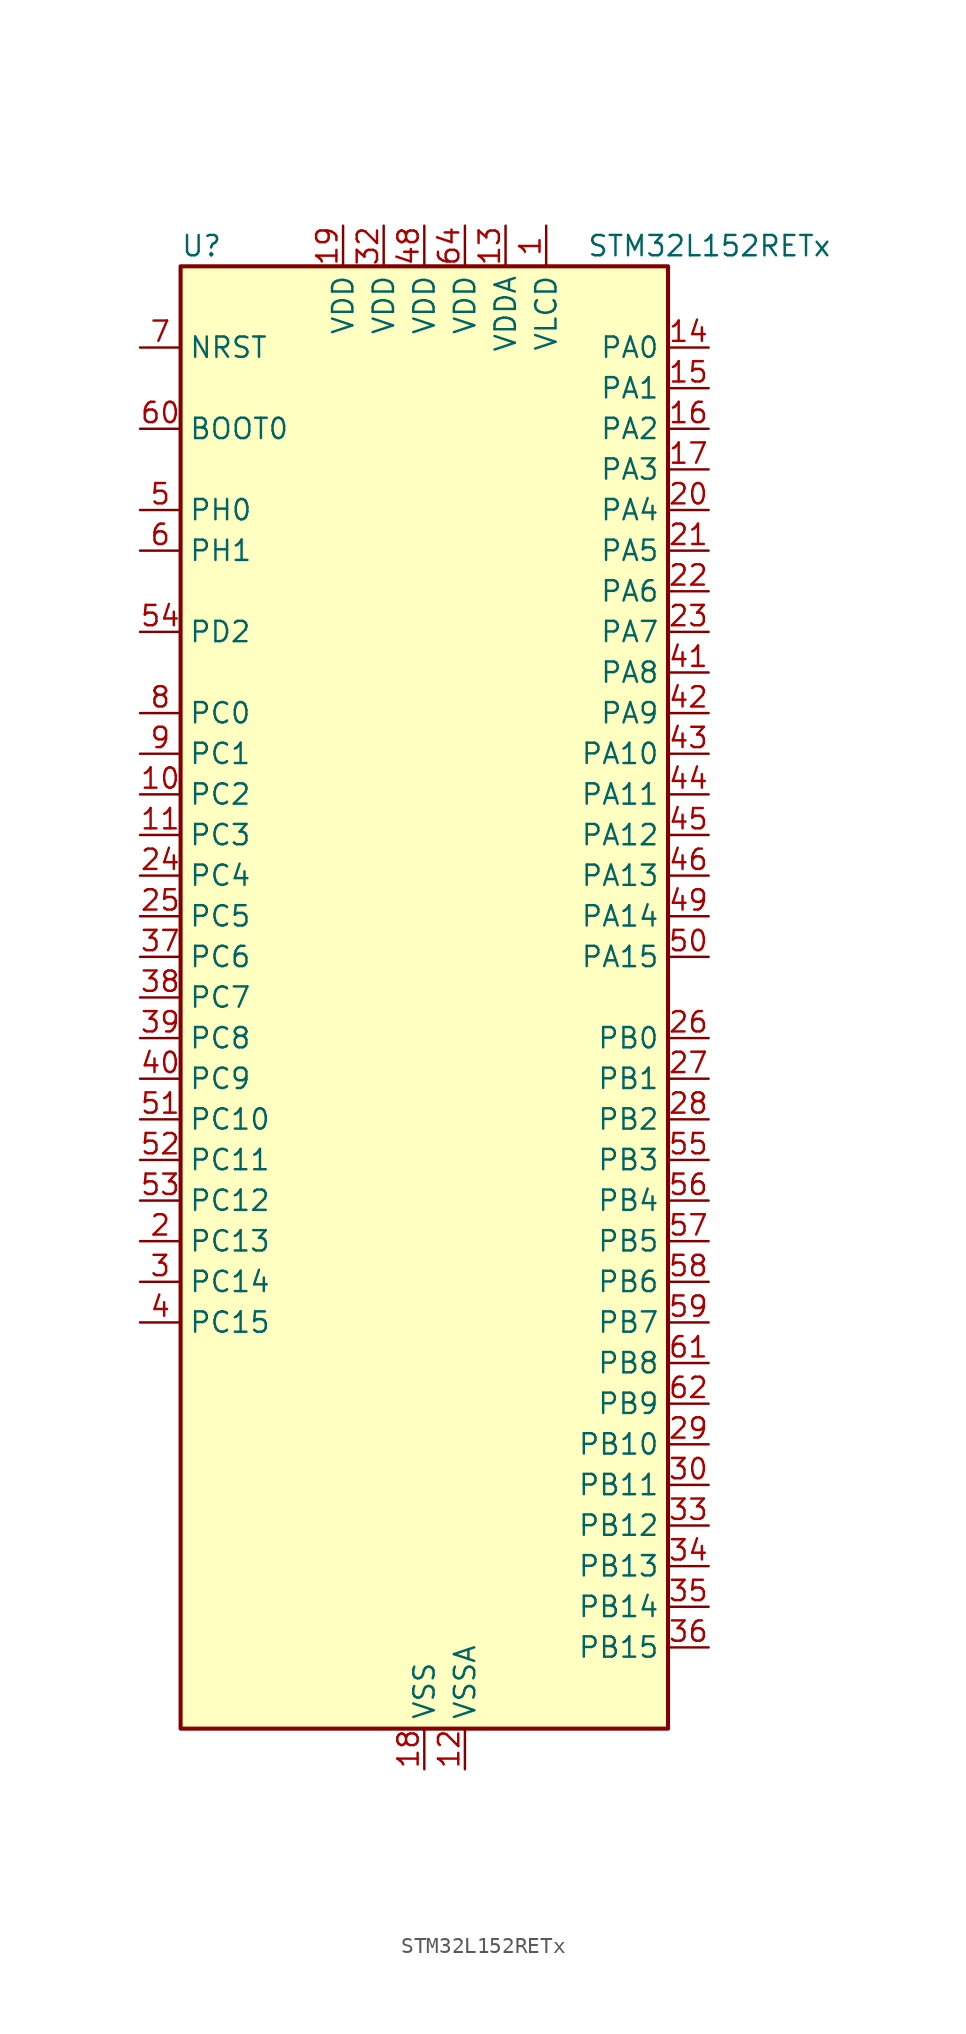
<source format=kicad_sym>
(kicad_symbol_lib
  (version 20241209)
  (generator "kicad_symbol_editor")
  (generator_version "9.0")
  (symbol "STM32L152RETx"
    (property "Reference" "U"
      (at -15.24 46.99 0)
      (effects (font (size 1.27 1.27)) (justify left)))
    (property "Value" "STM32L152RETx"
      (at 10.16 46.99 0)
      (effects (font (size 1.27 1.27)) (justify left)))
    (symbol "STM32L152RETx_0_1"
      (rectangle (start -15.24 -45.72) (end 15.24 45.72) (stroke (width 0.254) (type default)) (fill (type background))))
    (symbol "STM32L152RETx_1_1"
      (pin input line (at -17.78 40.64 0) (length 2.54) (name "NRST" (effects (font (size 1.27 1.27)))) (number "7" (effects (font (size 1.27 1.27)))))
      (pin input line (at -17.78 35.56 0) (length 2.54) (name "BOOT0" (effects (font (size 1.27 1.27)))) (number "60" (effects (font (size 1.27 1.27)))))
      (pin bidirectional line (at -17.78 30.48 0) (length 2.54) (name "PH0" (effects (font (size 1.27 1.27)))) (number "5" (effects (font (size 1.27 1.27)))) (alternate "RCC_OSC_IN" bidirectional line))
      (pin bidirectional line (at -17.78 27.94 0) (length 2.54) (name "PH1" (effects (font (size 1.27 1.27)))) (number "6" (effects (font (size 1.27 1.27)))) (alternate "RCC_OSC_OUT" bidirectional line))
      (pin bidirectional line (at -17.78 22.86 0) (length 2.54) (name "PD2" (effects (font (size 1.27 1.27)))) (number "54" (effects (font (size 1.27 1.27)))) (alternate "LCD_COM7" bidirectional line) (alternate "LCD_SEG31" bidirectional line) (alternate "LCD_SEG43" bidirectional line) (alternate "TIM3_ETR" bidirectional line) (alternate "TIMX_IC3" bidirectional line) (alternate "UART5_RX" bidirectional line))
      (pin bidirectional line (at -17.78 17.78 0) (length 2.54) (name "PC0" (effects (font (size 1.27 1.27)))) (number "8" (effects (font (size 1.27 1.27)))) (alternate "ADC_IN10" bidirectional line) (alternate "COMP1_INP" bidirectional line) (alternate "LCD_SEG18" bidirectional line) (alternate "TIMX_IC1" bidirectional line) (alternate "TS_G8_IO1" bidirectional line))
      (pin bidirectional line (at -17.78 15.24 0) (length 2.54) (name "PC1" (effects (font (size 1.27 1.27)))) (number "9" (effects (font (size 1.27 1.27)))) (alternate "ADC_IN11" bidirectional line) (alternate "COMP1_INP" bidirectional line) (alternate "LCD_SEG19" bidirectional line) (alternate "TIMX_IC2" bidirectional line) (alternate "TS_G8_IO2" bidirectional line))
      (pin bidirectional line (at -17.78 12.7 0) (length 2.54) (name "PC2" (effects (font (size 1.27 1.27)))) (number "10" (effects (font (size 1.27 1.27)))) (alternate "ADC_IN12" bidirectional line) (alternate "COMP1_INP" bidirectional line) (alternate "LCD_SEG20" bidirectional line) (alternate "TIMX_IC3" bidirectional line) (alternate "TS_G8_IO3" bidirectional line))
      (pin bidirectional line (at -17.78 10.16 0) (length 2.54) (name "PC3" (effects (font (size 1.27 1.27)))) (number "11" (effects (font (size 1.27 1.27)))) (alternate "ADC_IN13" bidirectional line) (alternate "COMP1_INP" bidirectional line) (alternate "LCD_SEG21" bidirectional line) (alternate "TIMX_IC4" bidirectional line) (alternate "TS_G8_IO4" bidirectional line))
      (pin bidirectional line (at -17.78 7.62 0) (length 2.54) (name "PC4" (effects (font (size 1.27 1.27)))) (number "24" (effects (font (size 1.27 1.27)))) (alternate "ADC_IN14" bidirectional line) (alternate "COMP1_INP" bidirectional line) (alternate "LCD_SEG22" bidirectional line) (alternate "TIMX_IC1" bidirectional line) (alternate "TS_G9_IO1" bidirectional line))
      (pin bidirectional line (at -17.78 5.08 0) (length 2.54) (name "PC5" (effects (font (size 1.27 1.27)))) (number "25" (effects (font (size 1.27 1.27)))) (alternate "ADC_IN15" bidirectional line) (alternate "COMP1_INP" bidirectional line) (alternate "LCD_SEG23" bidirectional line) (alternate "TIMX_IC2" bidirectional line) (alternate "TS_G9_IO2" bidirectional line))
      (pin bidirectional line (at -17.78 2.54 0) (length 2.54) (name "PC6" (effects (font (size 1.27 1.27)))) (number "37" (effects (font (size 1.27 1.27)))) (alternate "I2S2_MCK" bidirectional line) (alternate "LCD_SEG24" bidirectional line) (alternate "TIM3_CH1" bidirectional line) (alternate "TIMX_IC3" bidirectional line) (alternate "TS_G10_IO1" bidirectional line))
      (pin bidirectional line (at -17.78 0 0) (length 2.54) (name "PC7" (effects (font (size 1.27 1.27)))) (number "38" (effects (font (size 1.27 1.27)))) (alternate "I2S3_MCK" bidirectional line) (alternate "LCD_SEG25" bidirectional line) (alternate "TIM3_CH2" bidirectional line) (alternate "TIMX_IC4" bidirectional line) (alternate "TS_G10_IO2" bidirectional line))
      (pin bidirectional line (at -17.78 -2.54 0) (length 2.54) (name "PC8" (effects (font (size 1.27 1.27)))) (number "39" (effects (font (size 1.27 1.27)))) (alternate "LCD_SEG26" bidirectional line) (alternate "TIM3_CH3" bidirectional line) (alternate "TIMX_IC1" bidirectional line) (alternate "TS_G10_IO3" bidirectional line))
      (pin bidirectional line (at -17.78 -5.08 0) (length 2.54) (name "PC9" (effects (font (size 1.27 1.27)))) (number "40" (effects (font (size 1.27 1.27)))) (alternate "DAC_EXTI9" bidirectional line) (alternate "LCD_SEG27" bidirectional line) (alternate "TIM3_CH4" bidirectional line) (alternate "TIMX_IC2" bidirectional line) (alternate "TS_G10_IO4" bidirectional line))
      (pin bidirectional line (at -17.78 -7.62 0) (length 2.54) (name "PC10" (effects (font (size 1.27 1.27)))) (number "51" (effects (font (size 1.27 1.27)))) (alternate "I2S3_CK" bidirectional line) (alternate "LCD_COM4" bidirectional line) (alternate "LCD_SEG28" bidirectional line) (alternate "LCD_SEG40" bidirectional line) (alternate "SPI3_SCK" bidirectional line) (alternate "TIMX_IC3" bidirectional line) (alternate "UART4_TX" bidirectional line) (alternate "USART3_TX" bidirectional line))
      (pin bidirectional line (at -17.78 -10.16 0) (length 2.54) (name "PC11" (effects (font (size 1.27 1.27)))) (number "52" (effects (font (size 1.27 1.27)))) (alternate "ADC_EXTI11" bidirectional line) (alternate "LCD_COM5" bidirectional line) (alternate "LCD_SEG29" bidirectional line) (alternate "LCD_SEG41" bidirectional line) (alternate "SPI3_MISO" bidirectional line) (alternate "TIMX_IC4" bidirectional line) (alternate "UART4_RX" bidirectional line) (alternate "USART3_RX" bidirectional line))
      (pin bidirectional line (at -17.78 -12.7 0) (length 2.54) (name "PC12" (effects (font (size 1.27 1.27)))) (number "53" (effects (font (size 1.27 1.27)))) (alternate "I2S3_SD" bidirectional line) (alternate "LCD_COM6" bidirectional line) (alternate "LCD_SEG30" bidirectional line) (alternate "LCD_SEG42" bidirectional line) (alternate "SPI3_MOSI" bidirectional line) (alternate "TIMX_IC1" bidirectional line) (alternate "UART5_TX" bidirectional line) (alternate "USART3_CK" bidirectional line))
      (pin bidirectional line (at -17.78 -15.24 0) (length 2.54) (name "PC13" (effects (font (size 1.27 1.27)))) (number "2" (effects (font (size 1.27 1.27)))) (alternate "RTC_OUT_ALARM" bidirectional line) (alternate "RTC_OUT_CALIB" bidirectional line) (alternate "RTC_TAMP1" bidirectional line) (alternate "RTC_TS" bidirectional line) (alternate "SYS_WKUP2" bidirectional line) (alternate "TIMX_IC2" bidirectional line))
      (pin bidirectional line (at -17.78 -17.78 0) (length 2.54) (name "PC14" (effects (font (size 1.27 1.27)))) (number "3" (effects (font (size 1.27 1.27)))) (alternate "RCC_OSC32_IN" bidirectional line) (alternate "TIMX_IC3" bidirectional line))
      (pin bidirectional line (at -17.78 -20.32 0) (length 2.54) (name "PC15" (effects (font (size 1.27 1.27)))) (number "4" (effects (font (size 1.27 1.27)))) (alternate "ADC_EXTI15" bidirectional line) (alternate "RCC_OSC32_OUT" bidirectional line) (alternate "TIMX_IC4" bidirectional line))
      (pin power_in line (at -5.08 48.26 270) (length 2.54) (name "VDD" (effects (font (size 1.27 1.27)))) (number "19" (effects (font (size 1.27 1.27)))))
      (pin power_in line (at -2.54 48.26 270) (length 2.54) (name "VDD" (effects (font (size 1.27 1.27)))) (number "32" (effects (font (size 1.27 1.27)))))
      (pin power_in line (at 0 48.26 270) (length 2.54) (name "VDD" (effects (font (size 1.27 1.27)))) (number "48" (effects (font (size 1.27 1.27)))))
      (pin power_in line (at 0 -48.26 90) (length 2.54) (name "VSS" (effects (font (size 1.27 1.27)))) (number "18" (effects (font (size 1.27 1.27)))))
      (pin passive line (at 0 -48.26 90) (length 2.54) (hide yes) (name "VSS" (effects (font (size 1.27 1.27)))) (number "31" (effects (font (size 1.27 1.27)))))
      (pin passive line (at 0 -48.26 90) (length 2.54) (hide yes) (name "VSS" (effects (font (size 1.27 1.27)))) (number "47" (effects (font (size 1.27 1.27)))))
      (pin passive line (at 0 -48.26 90) (length 2.54) (hide yes) (name "VSS" (effects (font (size 1.27 1.27)))) (number "63" (effects (font (size 1.27 1.27)))))
      (pin power_in line (at 2.54 48.26 270) (length 2.54) (name "VDD" (effects (font (size 1.27 1.27)))) (number "64" (effects (font (size 1.27 1.27)))))
      (pin power_in line (at 2.54 -48.26 90) (length 2.54) (name "VSSA" (effects (font (size 1.27 1.27)))) (number "12" (effects (font (size 1.27 1.27)))))
      (pin power_in line (at 5.08 48.26 270) (length 2.54) (name "VDDA" (effects (font (size 1.27 1.27)))) (number "13" (effects (font (size 1.27 1.27)))))
      (pin power_in line (at 7.62 48.26 270) (length 2.54) (name "VLCD" (effects (font (size 1.27 1.27)))) (number "1" (effects (font (size 1.27 1.27)))))
      (pin bidirectional line (at 17.78 40.64 180) (length 2.54) (name "PA0" (effects (font (size 1.27 1.27)))) (number "14" (effects (font (size 1.27 1.27)))) (alternate "ADC_IN0" bidirectional line) (alternate "COMP1_INP" bidirectional line) (alternate "RTC_TAMP2" bidirectional line) (alternate "SYS_WKUP1" bidirectional line) (alternate "TIM2_CH1" bidirectional line) (alternate "TIM2_ETR" bidirectional line) (alternate "TIM5_CH1" bidirectional line) (alternate "TIMX_IC1" bidirectional line) (alternate "TS_G1_IO1" bidirectional line) (alternate "USART2_CTS" bidirectional line))
      (pin bidirectional line (at 17.78 38.1 180) (length 2.54) (name "PA1" (effects (font (size 1.27 1.27)))) (number "15" (effects (font (size 1.27 1.27)))) (alternate "ADC_IN1" bidirectional line) (alternate "COMP1_INP" bidirectional line) (alternate "LCD_SEG0" bidirectional line) (alternate "OPAMP1_VINP" bidirectional line) (alternate "TIM2_CH2" bidirectional line) (alternate "TIM5_CH2" bidirectional line) (alternate "TIMX_IC2" bidirectional line) (alternate "TS_G1_IO2" bidirectional line) (alternate "USART2_RTS" bidirectional line))
      (pin bidirectional line (at 17.78 35.56 180) (length 2.54) (name "PA2" (effects (font (size 1.27 1.27)))) (number "16" (effects (font (size 1.27 1.27)))) (alternate "ADC_IN2" bidirectional line) (alternate "COMP1_INP" bidirectional line) (alternate "LCD_SEG1" bidirectional line) (alternate "OPAMP1_VINM" bidirectional line) (alternate "TIM2_CH3" bidirectional line) (alternate "TIM5_CH3" bidirectional line) (alternate "TIM9_CH1" bidirectional line) (alternate "TIMX_IC3" bidirectional line) (alternate "TS_G1_IO3" bidirectional line) (alternate "USART2_TX" bidirectional line))
      (pin bidirectional line (at 17.78 33.02 180) (length 2.54) (name "PA3" (effects (font (size 1.27 1.27)))) (number "17" (effects (font (size 1.27 1.27)))) (alternate "ADC_IN3" bidirectional line) (alternate "COMP1_INP" bidirectional line) (alternate "LCD_SEG2" bidirectional line) (alternate "OPAMP1_VOUT" bidirectional line) (alternate "TIM2_CH4" bidirectional line) (alternate "TIM5_CH4" bidirectional line) (alternate "TIM9_CH2" bidirectional line) (alternate "TIMX_IC4" bidirectional line) (alternate "TS_G1_IO4" bidirectional line) (alternate "USART2_RX" bidirectional line))
      (pin bidirectional line (at 17.78 30.48 180) (length 2.54) (name "PA4" (effects (font (size 1.27 1.27)))) (number "20" (effects (font (size 1.27 1.27)))) (alternate "ADC_IN4" bidirectional line) (alternate "COMP1_INP" bidirectional line) (alternate "DAC_OUT1" bidirectional line) (alternate "I2S3_WS" bidirectional line) (alternate "SPI1_NSS" bidirectional line) (alternate "SPI3_NSS" bidirectional line) (alternate "TIMX_IC1" bidirectional line) (alternate "USART2_CK" bidirectional line))
      (pin bidirectional line (at 17.78 27.94 180) (length 2.54) (name "PA5" (effects (font (size 1.27 1.27)))) (number "21" (effects (font (size 1.27 1.27)))) (alternate "ADC_IN5" bidirectional line) (alternate "COMP1_INP" bidirectional line) (alternate "DAC_OUT2" bidirectional line) (alternate "SPI1_SCK" bidirectional line) (alternate "TIM2_CH1" bidirectional line) (alternate "TIM2_ETR" bidirectional line) (alternate "TIMX_IC2" bidirectional line))
      (pin bidirectional line (at 17.78 25.4 180) (length 2.54) (name "PA6" (effects (font (size 1.27 1.27)))) (number "22" (effects (font (size 1.27 1.27)))) (alternate "ADC_IN6" bidirectional line) (alternate "COMP1_INP" bidirectional line) (alternate "LCD_SEG3" bidirectional line) (alternate "OPAMP2_VINP" bidirectional line) (alternate "SPI1_MISO" bidirectional line) (alternate "TIM10_CH1" bidirectional line) (alternate "TIM3_CH1" bidirectional line) (alternate "TIMX_IC3" bidirectional line) (alternate "TS_G2_IO1" bidirectional line))
      (pin bidirectional line (at 17.78 22.86 180) (length 2.54) (name "PA7" (effects (font (size 1.27 1.27)))) (number "23" (effects (font (size 1.27 1.27)))) (alternate "ADC_IN7" bidirectional line) (alternate "COMP1_INP" bidirectional line) (alternate "LCD_SEG4" bidirectional line) (alternate "OPAMP2_VINM" bidirectional line) (alternate "SPI1_MOSI" bidirectional line) (alternate "TIM11_CH1" bidirectional line) (alternate "TIM3_CH2" bidirectional line) (alternate "TIMX_IC4" bidirectional line) (alternate "TS_G2_IO2" bidirectional line))
      (pin bidirectional line (at 17.78 20.32 180) (length 2.54) (name "PA8" (effects (font (size 1.27 1.27)))) (number "41" (effects (font (size 1.27 1.27)))) (alternate "LCD_COM0" bidirectional line) (alternate "RCC_MCO" bidirectional line) (alternate "TIMX_IC1" bidirectional line) (alternate "TS_G4_IO1" bidirectional line) (alternate "USART1_CK" bidirectional line))
      (pin bidirectional line (at 17.78 17.78 180) (length 2.54) (name "PA9" (effects (font (size 1.27 1.27)))) (number "42" (effects (font (size 1.27 1.27)))) (alternate "DAC_EXTI9" bidirectional line) (alternate "LCD_COM1" bidirectional line) (alternate "TIMX_IC2" bidirectional line) (alternate "TS_G4_IO2" bidirectional line) (alternate "USART1_TX" bidirectional line))
      (pin bidirectional line (at 17.78 15.24 180) (length 2.54) (name "PA10" (effects (font (size 1.27 1.27)))) (number "43" (effects (font (size 1.27 1.27)))) (alternate "LCD_COM2" bidirectional line) (alternate "TIMX_IC3" bidirectional line) (alternate "TS_G4_IO3" bidirectional line) (alternate "USART1_RX" bidirectional line))
      (pin bidirectional line (at 17.78 12.7 180) (length 2.54) (name "PA11" (effects (font (size 1.27 1.27)))) (number "44" (effects (font (size 1.27 1.27)))) (alternate "ADC_EXTI11" bidirectional line) (alternate "SPI1_MISO" bidirectional line) (alternate "TIMX_IC4" bidirectional line) (alternate "USART1_CTS" bidirectional line) (alternate "USB_DM" bidirectional line))
      (pin bidirectional line (at 17.78 10.16 180) (length 2.54) (name "PA12" (effects (font (size 1.27 1.27)))) (number "45" (effects (font (size 1.27 1.27)))) (alternate "SPI1_MOSI" bidirectional line) (alternate "TIMX_IC1" bidirectional line) (alternate "USART1_RTS" bidirectional line) (alternate "USB_DP" bidirectional line))
      (pin bidirectional line (at 17.78 7.62 180) (length 2.54) (name "PA13" (effects (font (size 1.27 1.27)))) (number "46" (effects (font (size 1.27 1.27)))) (alternate "SYS_JTMS-SWDIO" bidirectional line) (alternate "TIMX_IC2" bidirectional line) (alternate "TS_G5_IO1" bidirectional line))
      (pin bidirectional line (at 17.78 5.08 180) (length 2.54) (name "PA14" (effects (font (size 1.27 1.27)))) (number "49" (effects (font (size 1.27 1.27)))) (alternate "SYS_JTCK-SWCLK" bidirectional line) (alternate "TIMX_IC3" bidirectional line) (alternate "TS_G5_IO2" bidirectional line))
      (pin bidirectional line (at 17.78 2.54 180) (length 2.54) (name "PA15" (effects (font (size 1.27 1.27)))) (number "50" (effects (font (size 1.27 1.27)))) (alternate "ADC_EXTI15" bidirectional line) (alternate "I2S3_WS" bidirectional line) (alternate "LCD_SEG17" bidirectional line) (alternate "SPI1_NSS" bidirectional line) (alternate "SPI3_NSS" bidirectional line) (alternate "SYS_JTDI" bidirectional line) (alternate "TIM2_CH1" bidirectional line) (alternate "TIM2_ETR" bidirectional line) (alternate "TIMX_IC4" bidirectional line) (alternate "TS_G5_IO3" bidirectional line))
      (pin bidirectional line (at 17.78 -2.54 180) (length 2.54) (name "PB0" (effects (font (size 1.27 1.27)))) (number "26" (effects (font (size 1.27 1.27)))) (alternate "ADC_IN8" bidirectional line) (alternate "COMP1_INP" bidirectional line) (alternate "LCD_SEG5" bidirectional line) (alternate "OPAMP2_VOUT" bidirectional line) (alternate "SYS_V_REF_OUT" bidirectional line) (alternate "TIM3_CH3" bidirectional line) (alternate "TS_G3_IO1" bidirectional line))
      (pin bidirectional line (at 17.78 -5.08 180) (length 2.54) (name "PB1" (effects (font (size 1.27 1.27)))) (number "27" (effects (font (size 1.27 1.27)))) (alternate "ADC_IN9" bidirectional line) (alternate "COMP1_INP" bidirectional line) (alternate "LCD_SEG6" bidirectional line) (alternate "SYS_V_REF_OUT" bidirectional line) (alternate "TIM3_CH4" bidirectional line) (alternate "TS_G3_IO2" bidirectional line))
      (pin bidirectional line (at 17.78 -7.62 180) (length 2.54) (name "PB2" (effects (font (size 1.27 1.27)))) (number "28" (effects (font (size 1.27 1.27)))) (alternate "ADC_IN0b" bidirectional line) (alternate "TS_G3_IO3" bidirectional line))
      (pin bidirectional line (at 17.78 -10.16 180) (length 2.54) (name "PB3" (effects (font (size 1.27 1.27)))) (number "55" (effects (font (size 1.27 1.27)))) (alternate "COMP2_INM" bidirectional line) (alternate "I2S3_CK" bidirectional line) (alternate "LCD_SEG7" bidirectional line) (alternate "SPI1_SCK" bidirectional line) (alternate "SPI3_SCK" bidirectional line) (alternate "SYS_JTDO-TRACESWO" bidirectional line) (alternate "TIM2_CH2" bidirectional line))
      (pin bidirectional line (at 17.78 -12.7 180) (length 2.54) (name "PB4" (effects (font (size 1.27 1.27)))) (number "56" (effects (font (size 1.27 1.27)))) (alternate "COMP2_INP" bidirectional line) (alternate "LCD_SEG8" bidirectional line) (alternate "SPI1_MISO" bidirectional line) (alternate "SPI3_MISO" bidirectional line) (alternate "SYS_JTRST" bidirectional line) (alternate "TIM3_CH1" bidirectional line) (alternate "TS_G6_IO1" bidirectional line))
      (pin bidirectional line (at 17.78 -15.24 180) (length 2.54) (name "PB5" (effects (font (size 1.27 1.27)))) (number "57" (effects (font (size 1.27 1.27)))) (alternate "COMP2_INP" bidirectional line) (alternate "I2C1_SMBA" bidirectional line) (alternate "I2S3_SD" bidirectional line) (alternate "LCD_SEG9" bidirectional line) (alternate "SPI1_MOSI" bidirectional line) (alternate "SPI3_MOSI" bidirectional line) (alternate "TIM3_CH2" bidirectional line) (alternate "TS_G6_IO2" bidirectional line))
      (pin bidirectional line (at 17.78 -17.78 180) (length 2.54) (name "PB6" (effects (font (size 1.27 1.27)))) (number "58" (effects (font (size 1.27 1.27)))) (alternate "COMP2_INP" bidirectional line) (alternate "I2C1_SCL" bidirectional line) (alternate "TIM4_CH1" bidirectional line) (alternate "TS_G6_IO3" bidirectional line) (alternate "USART1_TX" bidirectional line))
      (pin bidirectional line (at 17.78 -20.32 180) (length 2.54) (name "PB7" (effects (font (size 1.27 1.27)))) (number "59" (effects (font (size 1.27 1.27)))) (alternate "COMP2_INP" bidirectional line) (alternate "I2C1_SDA" bidirectional line) (alternate "SYS_PVD_IN" bidirectional line) (alternate "TIM4_CH2" bidirectional line) (alternate "TS_G6_IO4" bidirectional line) (alternate "USART1_RX" bidirectional line))
      (pin bidirectional line (at 17.78 -22.86 180) (length 2.54) (name "PB8" (effects (font (size 1.27 1.27)))) (number "61" (effects (font (size 1.27 1.27)))) (alternate "I2C1_SCL" bidirectional line) (alternate "LCD_SEG16" bidirectional line) (alternate "TIM10_CH1" bidirectional line) (alternate "TIM4_CH3" bidirectional line))
      (pin bidirectional line (at 17.78 -25.4 180) (length 2.54) (name "PB9" (effects (font (size 1.27 1.27)))) (number "62" (effects (font (size 1.27 1.27)))) (alternate "DAC_EXTI9" bidirectional line) (alternate "I2C1_SDA" bidirectional line) (alternate "LCD_COM3" bidirectional line) (alternate "TIM11_CH1" bidirectional line) (alternate "TIM4_CH4" bidirectional line))
      (pin bidirectional line (at 17.78 -27.94 180) (length 2.54) (name "PB10" (effects (font (size 1.27 1.27)))) (number "29" (effects (font (size 1.27 1.27)))) (alternate "I2C2_SCL" bidirectional line) (alternate "LCD_SEG10" bidirectional line) (alternate "TIM2_CH3" bidirectional line) (alternate "USART3_TX" bidirectional line))
      (pin bidirectional line (at 17.78 -30.48 180) (length 2.54) (name "PB11" (effects (font (size 1.27 1.27)))) (number "30" (effects (font (size 1.27 1.27)))) (alternate "ADC_EXTI11" bidirectional line) (alternate "I2C2_SDA" bidirectional line) (alternate "LCD_SEG11" bidirectional line) (alternate "TIM2_CH4" bidirectional line) (alternate "USART3_RX" bidirectional line))
      (pin bidirectional line (at 17.78 -33.02 180) (length 2.54) (name "PB12" (effects (font (size 1.27 1.27)))) (number "33" (effects (font (size 1.27 1.27)))) (alternate "ADC_IN18" bidirectional line) (alternate "COMP1_INP" bidirectional line) (alternate "I2C2_SMBA" bidirectional line) (alternate "I2S2_WS" bidirectional line) (alternate "LCD_SEG12" bidirectional line) (alternate "SPI2_NSS" bidirectional line) (alternate "TIM10_CH1" bidirectional line) (alternate "TS_G7_IO1" bidirectional line) (alternate "USART3_CK" bidirectional line))
      (pin bidirectional line (at 17.78 -35.56 180) (length 2.54) (name "PB13" (effects (font (size 1.27 1.27)))) (number "34" (effects (font (size 1.27 1.27)))) (alternate "ADC_IN19" bidirectional line) (alternate "COMP1_INP" bidirectional line) (alternate "I2S2_CK" bidirectional line) (alternate "LCD_SEG13" bidirectional line) (alternate "SPI2_SCK" bidirectional line) (alternate "TIM9_CH1" bidirectional line) (alternate "TS_G7_IO2" bidirectional line) (alternate "USART3_CTS" bidirectional line))
      (pin bidirectional line (at 17.78 -38.1 180) (length 2.54) (name "PB14" (effects (font (size 1.27 1.27)))) (number "35" (effects (font (size 1.27 1.27)))) (alternate "ADC_IN20" bidirectional line) (alternate "COMP1_INP" bidirectional line) (alternate "LCD_SEG14" bidirectional line) (alternate "SPI2_MISO" bidirectional line) (alternate "TIM9_CH2" bidirectional line) (alternate "TS_G7_IO3" bidirectional line) (alternate "USART3_RTS" bidirectional line))
      (pin bidirectional line (at 17.78 -40.64 180) (length 2.54) (name "PB15" (effects (font (size 1.27 1.27)))) (number "36" (effects (font (size 1.27 1.27)))) (alternate "ADC_EXTI15" bidirectional line) (alternate "ADC_IN21" bidirectional line) (alternate "COMP1_INP" bidirectional line) (alternate "I2S2_SD" bidirectional line) (alternate "LCD_SEG15" bidirectional line) (alternate "RTC_REFIN" bidirectional line) (alternate "SPI2_MOSI" bidirectional line) (alternate "TIM11_CH1" bidirectional line) (alternate "TS_G7_IO4" bidirectional line)))))
</source>
